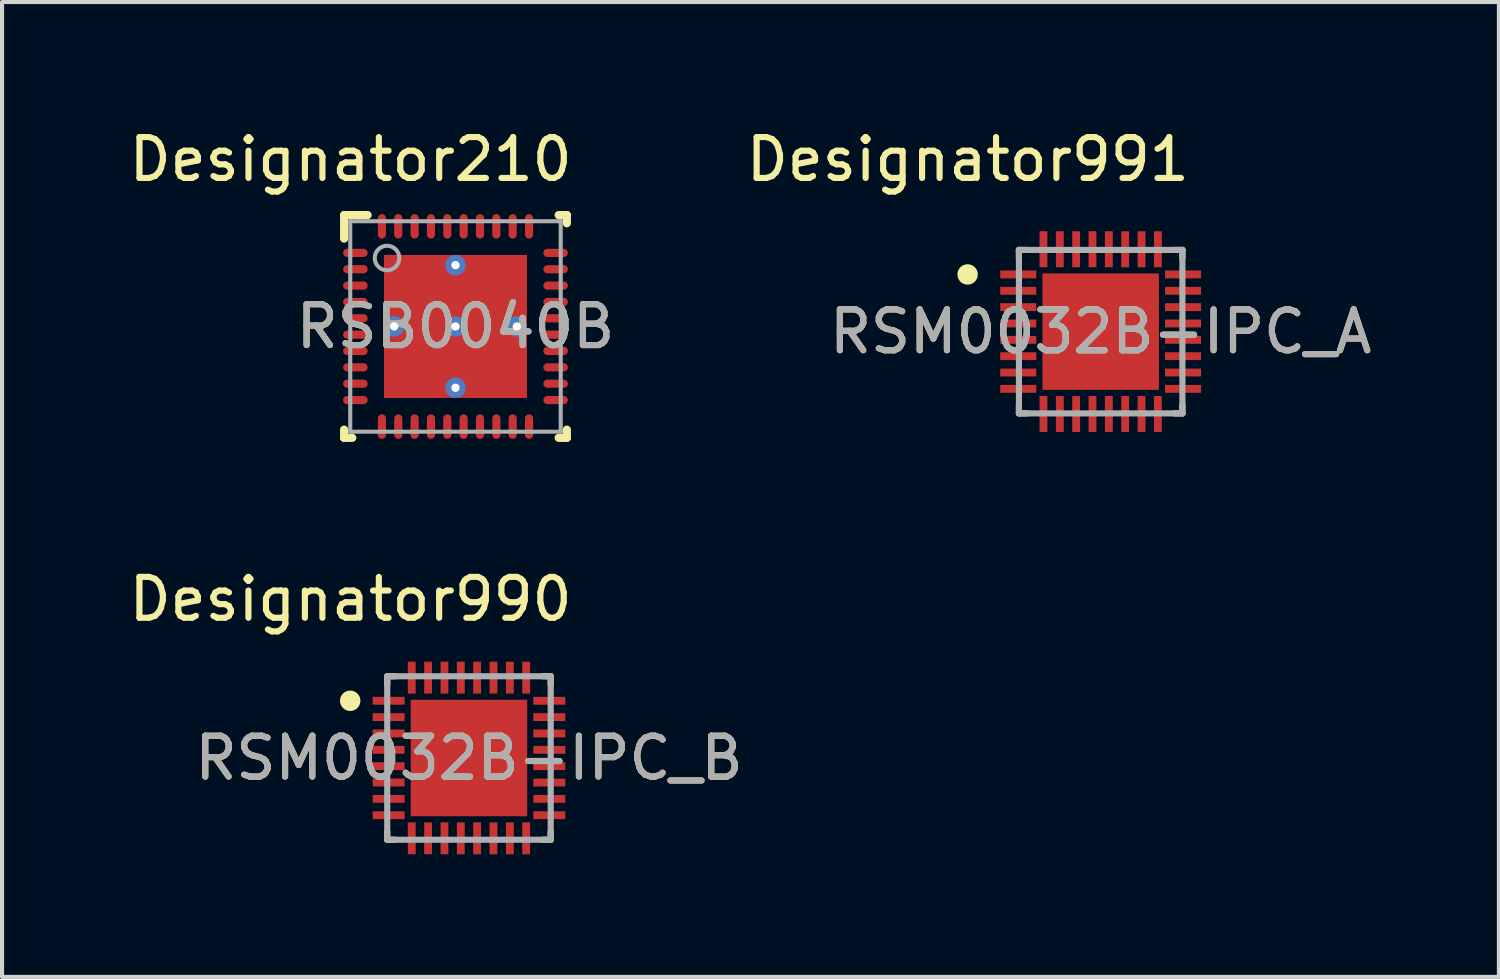
<source format=kicad_pcb>
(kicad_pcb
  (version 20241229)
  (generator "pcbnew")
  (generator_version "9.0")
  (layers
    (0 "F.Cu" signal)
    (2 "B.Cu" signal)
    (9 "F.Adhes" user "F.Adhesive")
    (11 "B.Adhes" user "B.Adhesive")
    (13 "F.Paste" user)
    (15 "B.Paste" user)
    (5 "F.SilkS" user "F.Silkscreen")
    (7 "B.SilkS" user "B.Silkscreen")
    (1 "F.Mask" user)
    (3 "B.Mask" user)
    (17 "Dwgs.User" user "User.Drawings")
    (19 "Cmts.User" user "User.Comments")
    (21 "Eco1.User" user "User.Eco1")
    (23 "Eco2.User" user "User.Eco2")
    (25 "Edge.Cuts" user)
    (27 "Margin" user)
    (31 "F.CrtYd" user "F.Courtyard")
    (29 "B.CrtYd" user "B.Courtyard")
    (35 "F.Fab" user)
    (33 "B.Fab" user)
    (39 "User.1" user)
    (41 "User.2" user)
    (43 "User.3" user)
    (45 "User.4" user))
  (footprint "RSM0032B-IPC_A"
    (layer "F.Cu")
    (at 23.882 5.065)
    (property "Reference" "RSM0032B-IPC_A" (at 0 0 0) (unlocked yes) (layer "F.SilkS") (effects (font (size 1 1) (thickness 0.15))))
    (attr smd)
    (fp_line (start -2 -2) (end -1.8 -2) (stroke (width 0.15) (type solid)) (layer "F.SilkS"))
    (fp_line (start -2 -1.8) (end -2 -2) (stroke (width 0.15) (type solid)) (layer "F.SilkS"))
    (fp_line (start -2 2) (end -2 1.8) (stroke (width 0.15) (type solid)) (layer "F.SilkS"))
    (fp_line (start -2 2) (end -1.8 2) (stroke (width 0.15) (type solid)) (layer "F.SilkS"))
    (fp_line (start 1.8 -2) (end 2 -2) (stroke (width 0.15) (type solid)) (layer "F.SilkS"))
    (fp_line (start 1.8 2) (end 2 2) (stroke (width 0.15) (type solid)) (layer "F.SilkS"))
    (fp_line (start 2 -1.8) (end 2 -2) (stroke (width 0.15) (type solid)) (layer "F.SilkS"))
    (fp_line (start 2 2) (end 2 1.8) (stroke (width 0.15) (type solid)) (layer "F.SilkS"))
    (fp_circle (center -3.256 -1.4) (end -3.131 -1.4) (stroke (width 0.25) (type solid)) (fill no) (layer "F.SilkS"))
    (fp_poly (pts (xy -0.901 0.901) (xy 0.901 0.901) (xy 0.901 -0.901) (xy -0.901 -0.901)) (stroke (width 0) (type solid)) (fill yes) (layer "F.Paste"))
    (fp_line (start -2 -2) (end 2 -2) (stroke (width 0.15) (type solid)) (layer "F.Fab"))
    (fp_line (start -2 2) (end -2 -2) (stroke (width 0.15) (type solid)) (layer "F.Fab"))
    (fp_line (start -2 2) (end 2 2) (stroke (width 0.15) (type solid)) (layer "F.Fab"))
    (fp_line (start 2 2) (end 2 -2) (stroke (width 0.15) (type solid)) (layer "F.Fab"))
    (fp_text user "Designator991" (at -3.251 -4.216 0) (unlocked yes) (layer "F.SilkS") (effects (font (size 1 1) (thickness 0.15))))
    (fp_text user "${REFERENCE}" (at 0 0 0) (unlocked yes) (layer "F.Fab") (effects (font (size 1 1) (thickness 0.15))))
    (pad "1" smd rect (at -2.016 -1.4 90) (size 0.192 0.881) (layers "F.Cu" "F.Mask" "F.Paste"))
    (pad "2" smd rect (at -2.016 -1 90) (size 0.192 0.881) (layers "F.Cu" "F.Mask" "F.Paste"))
    (pad "3" smd rect (at -2.016 -0.6 90) (size 0.192 0.881) (layers "F.Cu" "F.Mask" "F.Paste"))
    (pad "4" smd rect (at -2.016 -0.2 90) (size 0.192 0.881) (layers "F.Cu" "F.Mask" "F.Paste"))
    (pad "5" smd rect (at -2.016 0.2 90) (size 0.192 0.881) (layers "F.Cu" "F.Mask" "F.Paste"))
    (pad "6" smd rect (at -2.016 0.6 90) (size 0.192 0.881) (layers "F.Cu" "F.Mask" "F.Paste"))
    (pad "7" smd rect (at -2.016 1 90) (size 0.192 0.881) (layers "F.Cu" "F.Mask" "F.Paste"))
    (pad "8" smd rect (at -2.016 1.4 90) (size 0.192 0.881) (layers "F.Cu" "F.Mask" "F.Paste"))
    (pad "9" smd rect (at -1.4 2.016) (size 0.192 0.881) (layers "F.Cu" "F.Mask" "F.Paste"))
    (pad "10" smd rect (at -1 2.016) (size 0.192 0.881) (layers "F.Cu" "F.Mask" "F.Paste"))
    (pad "11" smd rect (at -0.6 2.016) (size 0.192 0.881) (layers "F.Cu" "F.Mask" "F.Paste"))
    (pad "12" smd rect (at -0.2 2.016) (size 0.192 0.881) (layers "F.Cu" "F.Mask" "F.Paste"))
    (pad "13" smd rect (at 0.2 2.016) (size 0.192 0.881) (layers "F.Cu" "F.Mask" "F.Paste"))
    (pad "14" smd rect (at 0.6 2.016) (size 0.192 0.881) (layers "F.Cu" "F.Mask" "F.Paste"))
    (pad "15" smd rect (at 1 2.016) (size 0.192 0.881) (layers "F.Cu" "F.Mask" "F.Paste"))
    (pad "16" smd rect (at 1.4 2.016) (size 0.192 0.881) (layers "F.Cu" "F.Mask" "F.Paste"))
    (pad "17" smd rect (at 2.016 1.4 90) (size 0.192 0.881) (layers "F.Cu" "F.Mask" "F.Paste"))
    (pad "18" smd rect (at 2.016 1 90) (size 0.192 0.881) (layers "F.Cu" "F.Mask" "F.Paste"))
    (pad "19" smd rect (at 2.016 0.6 90) (size 0.192 0.881) (layers "F.Cu" "F.Mask" "F.Paste"))
    (pad "20" smd rect (at 2.016 0.2 90) (size 0.192 0.881) (layers "F.Cu" "F.Mask" "F.Paste"))
    (pad "21" smd rect (at 2.016 -0.2 90) (size 0.192 0.881) (layers "F.Cu" "F.Mask" "F.Paste"))
    (pad "22" smd rect (at 2.016 -0.6 90) (size 0.192 0.881) (layers "F.Cu" "F.Mask" "F.Paste"))
    (pad "23" smd rect (at 2.016 -1 90) (size 0.192 0.881) (layers "F.Cu" "F.Mask" "F.Paste"))
    (pad "24" smd rect (at 2.016 -1.4 90) (size 0.192 0.881) (layers "F.Cu" "F.Mask" "F.Paste"))
    (pad "25" smd rect (at 1.4 -2.016) (size 0.192 0.881) (layers "F.Cu" "F.Mask" "F.Paste"))
    (pad "26" smd rect (at 1 -2.016) (size 0.192 0.881) (layers "F.Cu" "F.Mask" "F.Paste"))
    (pad "27" smd rect (at 0.6 -2.016) (size 0.192 0.881) (layers "F.Cu" "F.Mask" "F.Paste"))
    (pad "28" smd rect (at 0.2 -2.016) (size 0.192 0.881) (layers "F.Cu" "F.Mask" "F.Paste"))
    (pad "29" smd rect (at -0.2 -2.016) (size 0.192 0.881) (layers "F.Cu" "F.Mask" "F.Paste"))
    (pad "30" smd rect (at -0.6 -2.016) (size 0.192 0.881) (layers "F.Cu" "F.Mask" "F.Paste"))
    (pad "31" smd rect (at -1 -2.016) (size 0.192 0.881) (layers "F.Cu" "F.Mask" "F.Paste"))
    (pad "32" smd rect (at -1.4 -2.016) (size 0.192 0.881) (layers "F.Cu" "F.Mask" "F.Paste"))
    (pad "33" smd rect (at 0 0) (size 2.85 2.85) (layers "F.Cu" "F.Mask")))
  (footprint "RSM0032B-IPC_B"
    (layer "F.Cu")
    (at 8.425 15.497)
    (property "Reference" "RSM0032B-IPC_B" (at 0 0 0) (unlocked yes) (layer "F.SilkS") (effects (font (size 1 1) (thickness 0.15))))
    (attr smd)
    (fp_line (start -2 -2) (end -1.8 -2) (stroke (width 0.15) (type solid)) (layer "F.SilkS"))
    (fp_line (start -2 -1.8) (end -2 -2) (stroke (width 0.15) (type solid)) (layer "F.SilkS"))
    (fp_line (start -2 2) (end -2 1.8) (stroke (width 0.15) (type solid)) (layer "F.SilkS"))
    (fp_line (start -2 2) (end -1.8 2) (stroke (width 0.15) (type solid)) (layer "F.SilkS"))
    (fp_line (start 1.8 -2) (end 2 -2) (stroke (width 0.15) (type solid)) (layer "F.SilkS"))
    (fp_line (start 1.8 2) (end 2 2) (stroke (width 0.15) (type solid)) (layer "F.SilkS"))
    (fp_line (start 2 -1.8) (end 2 -2) (stroke (width 0.15) (type solid)) (layer "F.SilkS"))
    (fp_line (start 2 2) (end 2 1.8) (stroke (width 0.15) (type solid)) (layer "F.SilkS"))
    (fp_circle (center -2.906 -1.4) (end -2.781 -1.4) (stroke (width 0.25) (type solid)) (fill no) (layer "F.SilkS"))
    (fp_poly (pts (xy -0.901 0.901) (xy 0.901 0.901) (xy 0.901 -0.901) (xy -0.901 -0.901)) (stroke (width 0) (type solid)) (fill yes) (layer "F.Paste"))
    (fp_line (start -2 -2) (end 2 -2) (stroke (width 0.15) (type solid)) (layer "F.Fab"))
    (fp_line (start -2 2) (end -2 -2) (stroke (width 0.15) (type solid)) (layer "F.Fab"))
    (fp_line (start -2 2) (end 2 2) (stroke (width 0.15) (type solid)) (layer "F.Fab"))
    (fp_line (start 2 2) (end 2 -2) (stroke (width 0.15) (type solid)) (layer "F.Fab"))
    (fp_text user "Designator990" (at -2.896 -3.886 0) (unlocked yes) (layer "F.SilkS") (effects (font (size 1 1) (thickness 0.15))))
    (fp_text user "${REFERENCE}" (at 0 0 0) (unlocked yes) (layer "F.Fab") (effects (font (size 1 1) (thickness 0.15))))
    (pad "1" smd rect (at -1.966 -1.4 90) (size 0.192 0.781) (layers "F.Cu" "F.Mask" "F.Paste"))
    (pad "2" smd rect (at -1.966 -1 90) (size 0.192 0.781) (layers "F.Cu" "F.Mask" "F.Paste"))
    (pad "3" smd rect (at -1.966 -0.6 90) (size 0.192 0.781) (layers "F.Cu" "F.Mask" "F.Paste"))
    (pad "4" smd rect (at -1.966 -0.2 90) (size 0.192 0.781) (layers "F.Cu" "F.Mask" "F.Paste"))
    (pad "5" smd rect (at -1.966 0.2 90) (size 0.192 0.781) (layers "F.Cu" "F.Mask" "F.Paste"))
    (pad "6" smd rect (at -1.966 0.6 90) (size 0.192 0.781) (layers "F.Cu" "F.Mask" "F.Paste"))
    (pad "7" smd rect (at -1.966 1 90) (size 0.192 0.781) (layers "F.Cu" "F.Mask" "F.Paste"))
    (pad "8" smd rect (at -1.966 1.4 90) (size 0.192 0.781) (layers "F.Cu" "F.Mask" "F.Paste"))
    (pad "9" smd rect (at -1.4 1.966) (size 0.192 0.781) (layers "F.Cu" "F.Mask" "F.Paste"))
    (pad "10" smd rect (at -1 1.966) (size 0.192 0.781) (layers "F.Cu" "F.Mask" "F.Paste"))
    (pad "11" smd rect (at -0.6 1.966) (size 0.192 0.781) (layers "F.Cu" "F.Mask" "F.Paste"))
    (pad "12" smd rect (at -0.2 1.966) (size 0.192 0.781) (layers "F.Cu" "F.Mask" "F.Paste"))
    (pad "13" smd rect (at 0.2 1.966) (size 0.192 0.781) (layers "F.Cu" "F.Mask" "F.Paste"))
    (pad "14" smd rect (at 0.6 1.966) (size 0.192 0.781) (layers "F.Cu" "F.Mask" "F.Paste"))
    (pad "15" smd rect (at 1 1.966) (size 0.192 0.781) (layers "F.Cu" "F.Mask" "F.Paste"))
    (pad "16" smd rect (at 1.4 1.966) (size 0.192 0.781) (layers "F.Cu" "F.Mask" "F.Paste"))
    (pad "17" smd rect (at 1.966 1.4 90) (size 0.192 0.781) (layers "F.Cu" "F.Mask" "F.Paste"))
    (pad "18" smd rect (at 1.966 1 90) (size 0.192 0.781) (layers "F.Cu" "F.Mask" "F.Paste"))
    (pad "19" smd rect (at 1.966 0.6 90) (size 0.192 0.781) (layers "F.Cu" "F.Mask" "F.Paste"))
    (pad "20" smd rect (at 1.966 0.2 90) (size 0.192 0.781) (layers "F.Cu" "F.Mask" "F.Paste"))
    (pad "21" smd rect (at 1.966 -0.2 90) (size 0.192 0.781) (layers "F.Cu" "F.Mask" "F.Paste"))
    (pad "22" smd rect (at 1.966 -0.6 90) (size 0.192 0.781) (layers "F.Cu" "F.Mask" "F.Paste"))
    (pad "23" smd rect (at 1.966 -1 90) (size 0.192 0.781) (layers "F.Cu" "F.Mask" "F.Paste"))
    (pad "24" smd rect (at 1.966 -1.4 90) (size 0.192 0.781) (layers "F.Cu" "F.Mask" "F.Paste"))
    (pad "25" smd rect (at 1.4 -1.966) (size 0.192 0.781) (layers "F.Cu" "F.Mask" "F.Paste"))
    (pad "26" smd rect (at 1 -1.966) (size 0.192 0.781) (layers "F.Cu" "F.Mask" "F.Paste"))
    (pad "27" smd rect (at 0.6 -1.966) (size 0.192 0.781) (layers "F.Cu" "F.Mask" "F.Paste"))
    (pad "28" smd rect (at 0.2 -1.966) (size 0.192 0.781) (layers "F.Cu" "F.Mask" "F.Paste"))
    (pad "29" smd rect (at -0.2 -1.966) (size 0.192 0.781) (layers "F.Cu" "F.Mask" "F.Paste"))
    (pad "30" smd rect (at -0.6 -1.966) (size 0.192 0.781) (layers "F.Cu" "F.Mask" "F.Paste"))
    (pad "31" smd rect (at -1 -1.966) (size 0.192 0.781) (layers "F.Cu" "F.Mask" "F.Paste"))
    (pad "32" smd rect (at -1.4 -1.966) (size 0.192 0.781) (layers "F.Cu" "F.Mask" "F.Paste"))
    (pad "33" smd rect (at 0 0) (size 2.85 2.85) (layers "F.Cu" "F.Mask")))
  (footprint "RSB0040B"
    (layer "F.Cu")
    (at 8.095 4.938)
    (property "Reference" "RSB0040B" (at 0 0 0) (unlocked yes) (layer "F.SilkS") (effects (font (size 1 1) (thickness 0.15))))
    (attr smd)
    (fp_line (start -2.725 -2.725) (end -2.15 -2.725) (stroke (width 0.2) (type solid)) (layer "F.SilkS"))
    (fp_line (start -2.725 -2.15) (end -2.725 -2.725) (stroke (width 0.2) (type solid)) (layer "F.SilkS"))
    (fp_line (start -2.725 2.725) (end -2.725 2.525) (stroke (width 0.2) (type solid)) (layer "F.SilkS"))
    (fp_line (start -2.725 2.725) (end -2.525 2.725) (stroke (width 0.2) (type solid)) (layer "F.SilkS"))
    (fp_line (start 2.525 -2.725) (end 2.725 -2.725) (stroke (width 0.2) (type solid)) (layer "F.SilkS"))
    (fp_line (start 2.525 2.725) (end 2.725 2.725) (stroke (width 0.2) (type solid)) (layer "F.SilkS"))
    (fp_line (start 2.725 -2.525) (end 2.725 -2.725) (stroke (width 0.2) (type solid)) (layer "F.SilkS"))
    (fp_line (start 2.725 2.725) (end 2.725 2.525) (stroke (width 0.2) (type solid)) (layer "F.SilkS"))
    (fp_poly (pts (xy -0.1 -1.607) (xy -1.607 -1.607) (xy -1.607 -0.1) (xy -0.1 -0.1)) (stroke (width 0) (type solid)) (fill yes) (layer "F.Paste"))
    (fp_poly (pts (xy -0.1 0.1) (xy -1.607 0.1) (xy -1.607 1.607) (xy -0.1 1.607)) (stroke (width 0) (type solid)) (fill yes) (layer "F.Paste"))
    (fp_poly (pts (xy 0.1 -0.1) (xy 1.607 -0.1) (xy 1.607 -1.607) (xy 0.1 -1.607)) (stroke (width 0) (type solid)) (fill yes) (layer "F.Paste"))
    (fp_poly (pts (xy 0.1 1.607) (xy 1.607 1.607) (xy 1.607 0.1) (xy 0.1 0.1)) (stroke (width 0) (type solid)) (fill yes) (layer "F.Paste"))
    (fp_line (start -2.575 -2.575) (end 2.575 -2.575) (stroke (width 0.1) (type solid)) (layer "F.Fab"))
    (fp_line (start -2.575 2.575) (end -2.575 -2.575) (stroke (width 0.1) (type solid)) (layer "F.Fab"))
    (fp_line (start -2.575 2.575) (end 2.575 2.575) (stroke (width 0.1) (type solid)) (layer "F.Fab"))
    (fp_line (start 2.575 2.575) (end 2.575 -2.575) (stroke (width 0.1) (type solid)) (layer "F.Fab"))
    (fp_circle (center -1.675 -1.675) (end -1.375 -1.675) (stroke (width 0.1) (type solid)) (fill no) (layer "F.Fab"))
    (fp_text user "Designator210" (at -2.565 -4.089 0) (unlocked yes) (layer "F.SilkS") (effects (font (size 1 1) (thickness 0.15))))
    (fp_text user "${REFERENCE}" (at 0 0 0) (unlocked yes) (layer "F.Fab") (effects (font (size 1 1) (thickness 0.15))))
    (pad "1" smd oval (at -2.45 -1.8 90) (size 0.2 0.6) (layers "F.Cu" "F.Mask" "F.Paste"))
    (pad "2" smd oval (at -2.45 -1.4 90) (size 0.2 0.6) (layers "F.Cu" "F.Mask" "F.Paste"))
    (pad "3" smd oval (at -2.45 -1 90) (size 0.2 0.6) (layers "F.Cu" "F.Mask" "F.Paste"))
    (pad "4" smd oval (at -2.45 -0.6 90) (size 0.2 0.6) (layers "F.Cu" "F.Mask" "F.Paste"))
    (pad "5" smd oval (at -2.45 -0.2 90) (size 0.2 0.6) (layers "F.Cu" "F.Mask" "F.Paste"))
    (pad "6" smd oval (at -2.45 0.2 90) (size 0.2 0.6) (layers "F.Cu" "F.Mask" "F.Paste"))
    (pad "7" smd oval (at -2.45 0.6 90) (size 0.2 0.6) (layers "F.Cu" "F.Mask" "F.Paste"))
    (pad "8" smd oval (at -2.45 1 90) (size 0.2 0.6) (layers "F.Cu" "F.Mask" "F.Paste"))
    (pad "9" smd oval (at -2.45 1.4 90) (size 0.2 0.6) (layers "F.Cu" "F.Mask" "F.Paste"))
    (pad "10" smd oval (at -2.45 1.8 90) (size 0.2 0.6) (layers "F.Cu" "F.Mask" "F.Paste"))
    (pad "11" smd oval (at -1.8 2.45) (size 0.2 0.6) (layers "F.Cu" "F.Mask" "F.Paste"))
    (pad "12" smd oval (at -1.4 2.45) (size 0.2 0.6) (layers "F.Cu" "F.Mask" "F.Paste"))
    (pad "13" smd oval (at -1 2.45) (size 0.2 0.6) (layers "F.Cu" "F.Mask" "F.Paste"))
    (pad "14" smd oval (at -0.6 2.45) (size 0.2 0.6) (layers "F.Cu" "F.Mask" "F.Paste"))
    (pad "15" smd oval (at -0.2 2.45) (size 0.2 0.6) (layers "F.Cu" "F.Mask" "F.Paste"))
    (pad "16" smd oval (at 0.2 2.45) (size 0.2 0.6) (layers "F.Cu" "F.Mask" "F.Paste"))
    (pad "17" smd oval (at 0.6 2.45) (size 0.2 0.6) (layers "F.Cu" "F.Mask" "F.Paste"))
    (pad "18" smd oval (at 1 2.45) (size 0.2 0.6) (layers "F.Cu" "F.Mask" "F.Paste"))
    (pad "19" smd oval (at 1.4 2.45) (size 0.2 0.6) (layers "F.Cu" "F.Mask" "F.Paste"))
    (pad "20" smd oval (at 1.8 2.45) (size 0.2 0.6) (layers "F.Cu" "F.Mask" "F.Paste"))
    (pad "21" smd oval (at 2.45 1.8 90) (size 0.2 0.6) (layers "F.Cu" "F.Mask" "F.Paste"))
    (pad "22" smd oval (at 2.45 1.4 90) (size 0.2 0.6) (layers "F.Cu" "F.Mask" "F.Paste"))
    (pad "23" smd oval (at 2.45 1 90) (size 0.2 0.6) (layers "F.Cu" "F.Mask" "F.Paste"))
    (pad "24" smd oval (at 2.45 0.6 90) (size 0.2 0.6) (layers "F.Cu" "F.Mask" "F.Paste"))
    (pad "25" smd oval (at 2.45 0.2 90) (size 0.2 0.6) (layers "F.Cu" "F.Mask" "F.Paste"))
    (pad "26" smd oval (at 2.45 -0.2 90) (size 0.2 0.6) (layers "F.Cu" "F.Mask" "F.Paste"))
    (pad "27" smd oval (at 2.45 -0.6 90) (size 0.2 0.6) (layers "F.Cu" "F.Mask" "F.Paste"))
    (pad "28" smd oval (at 2.45 -1 90) (size 0.2 0.6) (layers "F.Cu" "F.Mask" "F.Paste"))
    (pad "29" smd oval (at 2.45 -1.4 90) (size 0.2 0.6) (layers "F.Cu" "F.Mask" "F.Paste"))
    (pad "30" smd oval (at 2.45 -1.8 90) (size 0.2 0.6) (layers "F.Cu" "F.Mask" "F.Paste"))
    (pad "31" smd oval (at 1.8 -2.45) (size 0.2 0.6) (layers "F.Cu" "F.Mask" "F.Paste"))
    (pad "32" smd oval (at 1.4 -2.45) (size 0.2 0.6) (layers "F.Cu" "F.Mask" "F.Paste"))
    (pad "33" smd oval (at 1 -2.45) (size 0.2 0.6) (layers "F.Cu" "F.Mask" "F.Paste"))
    (pad "34" smd oval (at 0.6 -2.45) (size 0.2 0.6) (layers "F.Cu" "F.Mask" "F.Paste"))
    (pad "35" smd oval (at 0.2 -2.45) (size 0.2 0.6) (layers "F.Cu" "F.Mask" "F.Paste"))
    (pad "36" smd oval (at -0.2 -2.45) (size 0.2 0.6) (layers "F.Cu" "F.Mask" "F.Paste"))
    (pad "37" smd oval (at -0.6 -2.45) (size 0.2 0.6) (layers "F.Cu" "F.Mask" "F.Paste"))
    (pad "38" smd oval (at -1 -2.45) (size 0.2 0.6) (layers "F.Cu" "F.Mask" "F.Paste"))
    (pad "39" smd oval (at -1.4 -2.45) (size 0.2 0.6) (layers "F.Cu" "F.Mask" "F.Paste"))
    (pad "40" smd oval (at -1.8 -2.45) (size 0.2 0.6) (layers "F.Cu" "F.Mask" "F.Paste"))
    (pad "41" thru_hole circle (at -1.5 -0.000003) (size 0.5 0.5) (drill 0.203) (layers "*.Cu" "*.Mask"))
    (pad "41" thru_hole circle (at 0 -1.5) (size 0.5 0.5) (drill 0.203) (layers "*.Cu" "*.Mask"))
    (pad "41" thru_hole circle (at 0 -0.000003) (size 0.5 0.5) (drill 0.203) (layers "*.Cu" "*.Mask"))
    (pad "41" smd rect (at 0 -0.000003) (size 3.5 3.5) (layers "F.Cu" "F.Mask"))
    (pad "41" thru_hole circle (at 0 1.5) (size 0.5 0.5) (drill 0.203) (layers "*.Cu" "*.Mask"))
    (pad "41" thru_hole circle (at 1.5 -0.000003) (size 0.5 0.5) (drill 0.203) (layers "*.Cu" "*.Mask")))
  (gr_rect
    (start -3 -3)
    (end 33.626 20.853)
    (stroke (width 0.1) (type default))
    (fill no)
    (layer "Edge.Cuts")))
</source>
